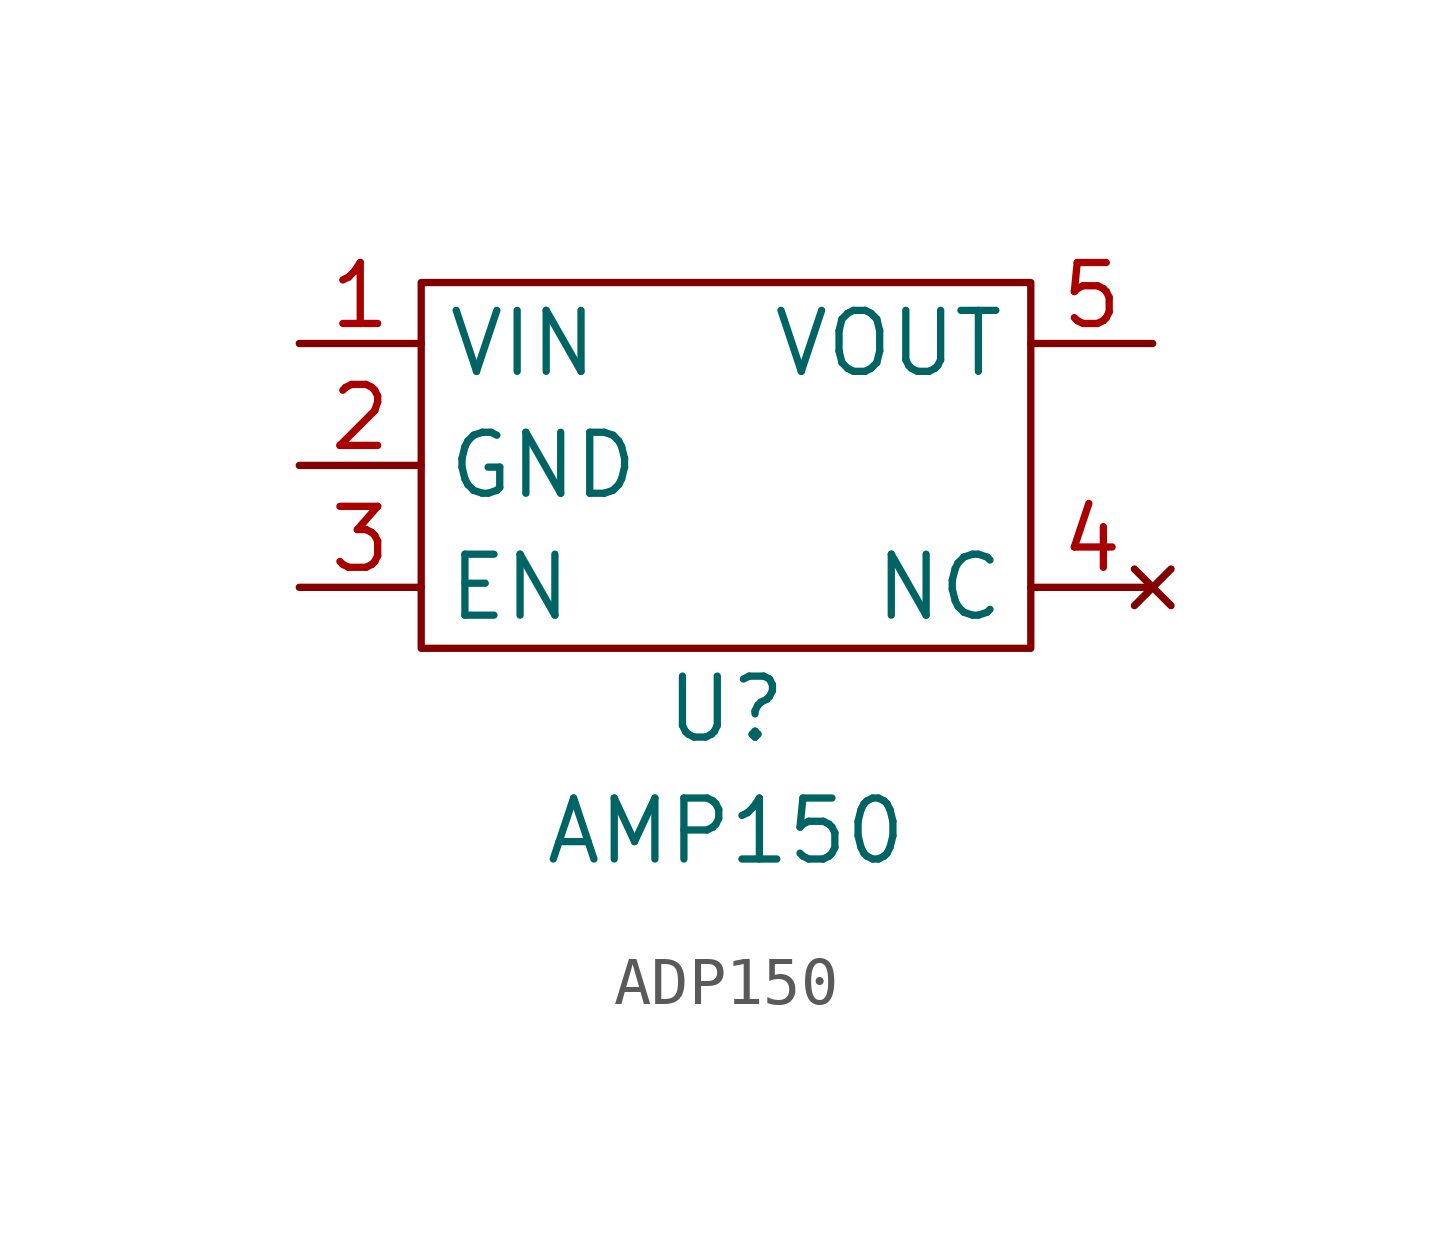
<source format=kicad_sym>
(kicad_symbol_lib
  (version 20220914)
  (generator kicad_symbol_editor)
  (symbol "ADP150"
    (property "Reference" "U"
      (at 0 -5.08 0)
      (effects (font (size 1.27 1.27))))
    (property "Value" "AMP150"
      (at 0 -7.62 0)
      (effects (font (size 1.27 1.27))))
    (symbol "ADP150_0_1"
      (rectangle (start -6.35 3.81) (end 6.35 -3.81) (stroke (width 0) (type default)) (fill (type none))))
    (symbol "ADP150_1_1"
      (pin power_in line (at -8.89 2.54 0) (length 2.54) (name "VIN" (effects (font (size 1.27 1.27)))) (number "1" (effects (font (size 1.27 1.27)))))
      (pin power_in line (at -8.89 0 0) (length 2.54) (name "GND" (effects (font (size 1.27 1.27)))) (number "2" (effects (font (size 1.27 1.27)))))
      (pin input line (at -8.89 -2.54 0) (length 2.54) (name "EN" (effects (font (size 1.27 1.27)))) (number "3" (effects (font (size 1.27 1.27)))))
      (pin no_connect line (at 8.89 -2.54 180) (length 2.54) (name "NC" (effects (font (size 1.27 1.27)))) (number "4" (effects (font (size 1.27 1.27)))))
      (pin power_out line (at 8.89 2.54 180) (length 2.54) (name "VOUT" (effects (font (size 1.27 1.27)))) (number "5" (effects (font (size 1.27 1.27))))))))
</source>
